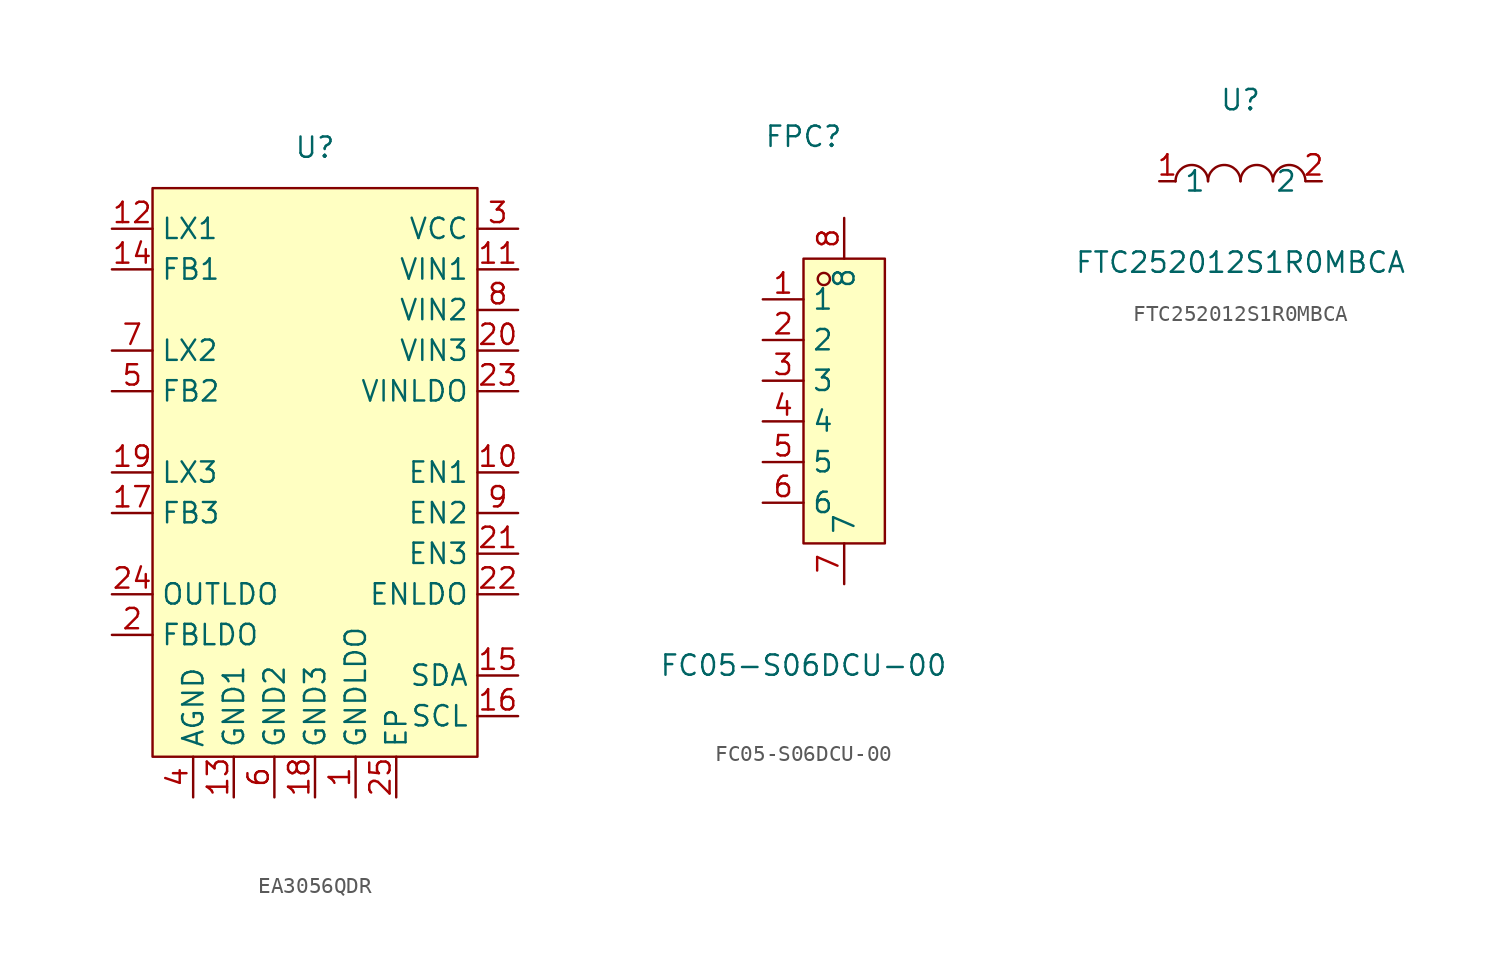
<source format=kicad_sym>
(kicad_symbol_lib
  (version 20220914)
  (generator https://github.com/uPesy/easyeda2kicad.py)
  (symbol "EA3056QDR"
    (property "Reference" "U"
      (at 0 20.32 0)
      (effects (font (size 1.27 1.27))))
    (property "Value" ""
      (at 2.54 15.24 0)
      (effects (font (size 1.27 1.27))))
    (symbol "EA3056QDR_1_1"
      (rectangle (start -10.16 17.78) (end 10.16 -17.78) (stroke (width 0) (type default)) (fill (type background)))
      (pin power_in line (at 2.54 -20.32 90) (length 2.54) (name "GNDLDO" (effects (font (size 1.27 1.27)))) (number "1" (effects (font (size 1.27 1.27)))))
      (pin input line (at 12.7 0 180) (length 2.54) (name "EN1" (effects (font (size 1.27 1.27)))) (number "10" (effects (font (size 1.27 1.27)))))
      (pin power_in line (at 12.7 12.7 180) (length 2.54) (name "VIN1" (effects (font (size 1.27 1.27)))) (number "11" (effects (font (size 1.27 1.27)))))
      (pin power_out line (at -12.7 15.24 0) (length 2.54) (name "LX1" (effects (font (size 1.27 1.27)))) (number "12" (effects (font (size 1.27 1.27)))))
      (pin power_in line (at -5.08 -20.32 90) (length 2.54) (name "GND1" (effects (font (size 1.27 1.27)))) (number "13" (effects (font (size 1.27 1.27)))))
      (pin input line (at -12.7 12.7 0) (length 2.54) (name "FB1" (effects (font (size 1.27 1.27)))) (number "14" (effects (font (size 1.27 1.27)))))
      (pin bidirectional line (at 12.7 -12.7 180) (length 2.54) (name "SDA" (effects (font (size 1.27 1.27)))) (number "15" (effects (font (size 1.27 1.27)))))
      (pin bidirectional line (at 12.7 -15.24 180) (length 2.54) (name "SCL" (effects (font (size 1.27 1.27)))) (number "16" (effects (font (size 1.27 1.27)))))
      (pin input line (at -12.7 -2.54 0) (length 2.54) (name "FB3" (effects (font (size 1.27 1.27)))) (number "17" (effects (font (size 1.27 1.27)))))
      (pin power_in line (at 0 -20.32 90) (length 2.54) (name "GND3" (effects (font (size 1.27 1.27)))) (number "18" (effects (font (size 1.27 1.27)))))
      (pin power_out line (at -12.7 0 0) (length 2.54) (name "LX3" (effects (font (size 1.27 1.27)))) (number "19" (effects (font (size 1.27 1.27)))))
      (pin input line (at -12.7 -10.16 0) (length 2.54) (name "FBLDO" (effects (font (size 1.27 1.27)))) (number "2" (effects (font (size 1.27 1.27)))))
      (pin power_in line (at 12.7 7.62 180) (length 2.54) (name "VIN3" (effects (font (size 1.27 1.27)))) (number "20" (effects (font (size 1.27 1.27)))))
      (pin input line (at 12.7 -5.08 180) (length 2.54) (name "EN3" (effects (font (size 1.27 1.27)))) (number "21" (effects (font (size 1.27 1.27)))))
      (pin input line (at 12.7 -7.62 180) (length 2.54) (name "ENLDO" (effects (font (size 1.27 1.27)))) (number "22" (effects (font (size 1.27 1.27)))))
      (pin power_in line (at 12.7 5.08 180) (length 2.54) (name "VINLDO" (effects (font (size 1.27 1.27)))) (number "23" (effects (font (size 1.27 1.27)))))
      (pin power_out line (at -12.7 -7.62 0) (length 2.54) (name "OUTLDO" (effects (font (size 1.27 1.27)))) (number "24" (effects (font (size 1.27 1.27)))))
      (pin power_in line (at 5.08 -20.32 90) (length 2.54) (name "EP" (effects (font (size 1.27 1.27)))) (number "25" (effects (font (size 1.27 1.27)))))
      (pin power_in line (at 12.7 15.24 180) (length 2.54) (name "VCC" (effects (font (size 1.27 1.27)))) (number "3" (effects (font (size 1.27 1.27)))))
      (pin power_in line (at -7.62 -20.32 90) (length 2.54) (name "AGND" (effects (font (size 1.27 1.27)))) (number "4" (effects (font (size 1.27 1.27)))))
      (pin input line (at -12.7 5.08 0) (length 2.54) (name "FB2" (effects (font (size 1.27 1.27)))) (number "5" (effects (font (size 1.27 1.27)))))
      (pin power_in line (at -2.54 -20.32 90) (length 2.54) (name "GND2" (effects (font (size 1.27 1.27)))) (number "6" (effects (font (size 1.27 1.27)))))
      (pin power_out line (at -12.7 7.62 0) (length 2.54) (name "LX2" (effects (font (size 1.27 1.27)))) (number "7" (effects (font (size 1.27 1.27)))))
      (pin power_in line (at 12.7 10.16 180) (length 2.54) (name "VIN2" (effects (font (size 1.27 1.27)))) (number "8" (effects (font (size 1.27 1.27)))))
      (pin input line (at 12.7 -2.54 180) (length 2.54) (name "EN2" (effects (font (size 1.27 1.27)))) (number "9" (effects (font (size 1.27 1.27)))))))
  (symbol "FC05-S06DCU-00"
    (property "Reference" "FPC"
      (at 0 15.24 0)
      (effects (font (size 1.27 1.27))))
    (property "Value" "FC05-S06DCU-00"
      (at 0 -17.78 0)
      (effects (font (size 1.27 1.27))))
    (symbol "FC05-S06DCU-00_0_1"
      (rectangle (start 0 7.62) (end 5.08 -10.16) (stroke (width 0) (type default)) (fill (type background)))
      (circle (center 1.27 6.35) (radius 0.38) (stroke (width 0) (type default)) (fill (type none))))
    (symbol "FC05-S06DCU-00_1_1"
      (pin bidirectional line (at -2.54 5.08 0) (length 2.54) (name "1" (effects (font (size 1.27 1.27)))) (number "1" (effects (font (size 1.27 1.27)))))
      (pin power_in line (at -2.54 2.54 0) (length 2.54) (name "2" (effects (font (size 1.27 1.27)))) (number "2" (effects (font (size 1.27 1.27)))))
      (pin power_in line (at -2.54 0 0) (length 2.54) (name "3" (effects (font (size 1.27 1.27)))) (number "3" (effects (font (size 1.27 1.27)))))
      (pin bidirectional line (at -2.54 -2.54 0) (length 2.54) (name "4" (effects (font (size 1.27 1.27)))) (number "4" (effects (font (size 1.27 1.27)))))
      (pin bidirectional line (at -2.54 -5.08 0) (length 2.54) (name "5" (effects (font (size 1.27 1.27)))) (number "5" (effects (font (size 1.27 1.27)))))
      (pin bidirectional line (at -2.54 -7.62 0) (length 2.54) (name "6" (effects (font (size 1.27 1.27)))) (number "6" (effects (font (size 1.27 1.27)))))
      (pin power_in line (at 2.54 -12.7 90) (length 2.54) (name "7" (effects (font (size 1.27 1.27)))) (number "7" (effects (font (size 1.27 1.27)))))
      (pin power_in line (at 2.54 10.16 270) (length 2.54) (name "8" (effects (font (size 1.27 1.27)))) (number "8" (effects (font (size 1.27 1.27)))))))
  (symbol "FTC252012S1R0MBCA"
    (property "Reference" "U"
      (at 0 5.08 0)
      (effects (font (size 1.27 1.27))))
    (property "Value" "FTC252012S1R0MBCA"
      (at 0 -5.08 0)
      (effects (font (size 1.27 1.27))))
    (symbol "FTC252012S1R0MBCA_0_1"
      (arc (start -4.06 -0.01) (mid -2.83 0.99) (end -2.03 0.01) (stroke (width 0) (type default) (color 0 0 0 0)) (fill (type none)))
      (arc (start -2.03 -0.01) (mid -0.80 0.99) (end 0.00 0.01) (stroke (width 0) (type default) (color 0 0 0 0)) (fill (type none)))
      (arc (start 2.03 -0.01) (mid 3.26 0.99) (end 4.06 0.01) (stroke (width 0) (type default) (color 0 0 0 0)) (fill (type none)))
      (arc (start 0.00 -0.01) (mid 1.23 0.99) (end 2.03 0.01) (stroke (width 0) (type default) (color 0 0 0 0)) (fill (type none)))
      (pin unspecified line (at 5.08 -0.00 180) (length 1.016) (name "2" (effects (font (size 1.27 1.27)))) (number "2" (effects (font (size 1.27 1.27)))))
      (pin unspecified line (at -5.08 -0.00 0) (length 1.016) (name "1" (effects (font (size 1.27 1.27)))) (number "1" (effects (font (size 1.27 1.27))))))))
</source>
